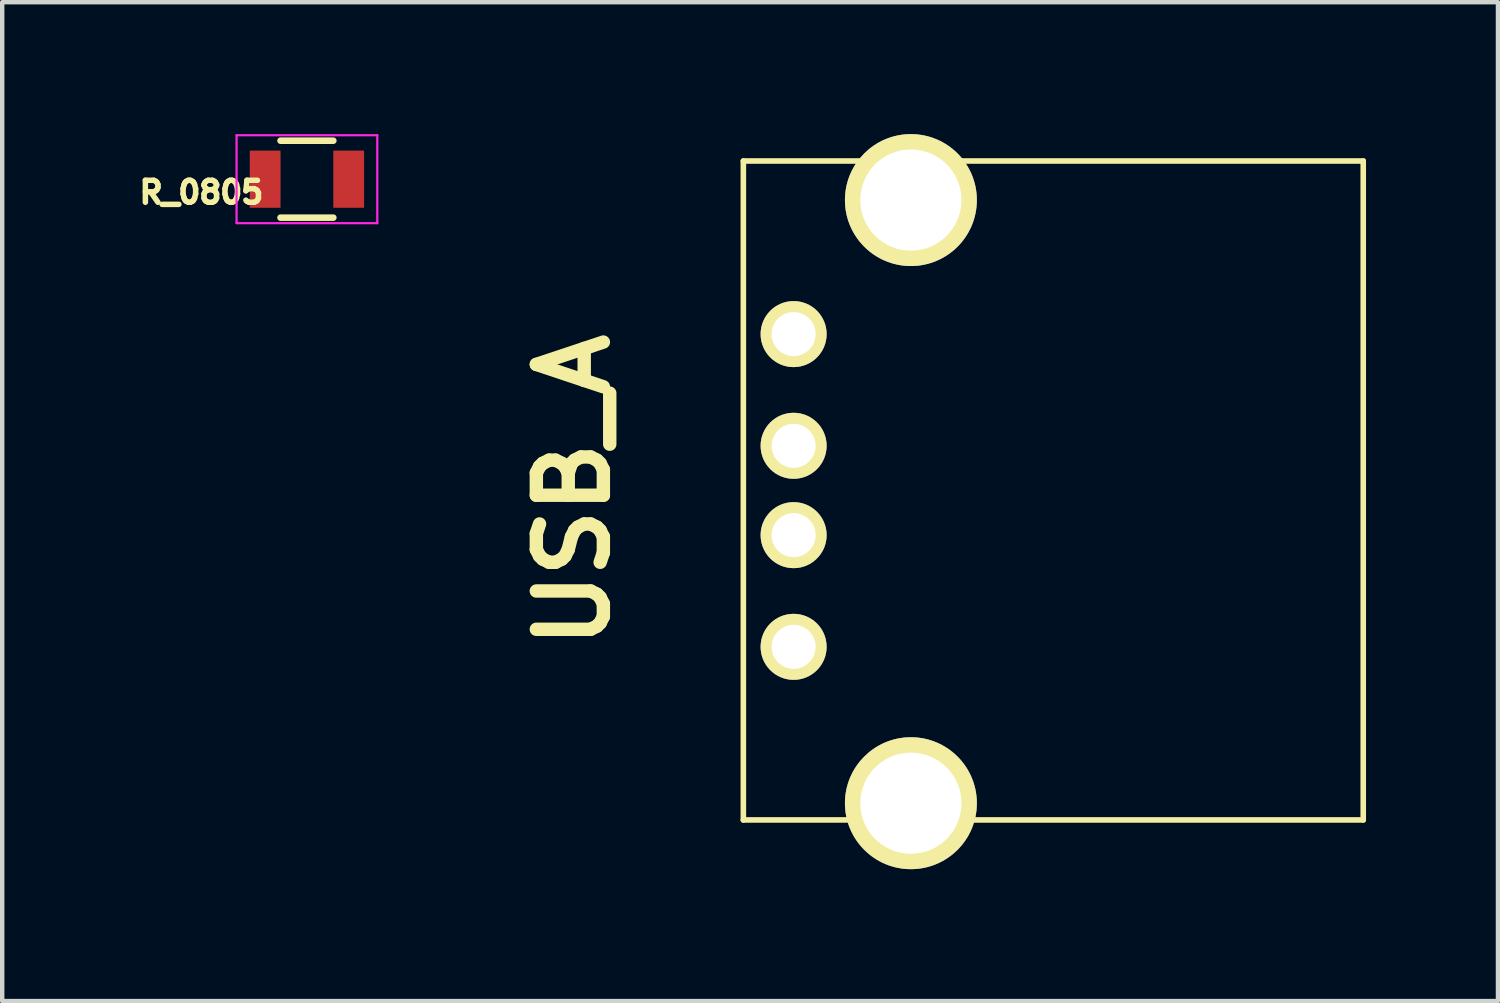
<source format=kicad_pcb>
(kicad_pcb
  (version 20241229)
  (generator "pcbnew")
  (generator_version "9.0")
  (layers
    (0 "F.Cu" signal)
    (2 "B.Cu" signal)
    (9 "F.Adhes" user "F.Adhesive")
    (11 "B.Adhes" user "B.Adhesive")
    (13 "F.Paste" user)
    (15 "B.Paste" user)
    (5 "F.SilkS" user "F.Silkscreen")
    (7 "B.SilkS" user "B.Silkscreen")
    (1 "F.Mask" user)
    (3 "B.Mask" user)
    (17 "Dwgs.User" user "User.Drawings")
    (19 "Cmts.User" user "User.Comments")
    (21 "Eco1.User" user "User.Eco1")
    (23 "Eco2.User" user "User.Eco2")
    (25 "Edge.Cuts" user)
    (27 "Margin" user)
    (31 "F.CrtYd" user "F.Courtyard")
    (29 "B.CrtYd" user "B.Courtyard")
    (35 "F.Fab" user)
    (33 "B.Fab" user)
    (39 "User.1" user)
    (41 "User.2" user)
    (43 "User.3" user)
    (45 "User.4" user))
  (footprint "USB_A"
    (layer "F.Cu")
    (at 14.998 8.104)
    (property "Reference" "USB_A" (at -5.016 0 90) (layer "F.SilkS") (effects (font (size 1.524 1.524) (thickness 0.305))))
    (attr through_hole)
    (fp_line (start -1.143 -7.493) (end -1.143 7.493) (stroke (width 0.127) (type solid)) (layer "F.SilkS"))
    (fp_line (start -1.143 -7.493) (end 12.954 -7.493) (stroke (width 0.127) (type solid)) (layer "F.SilkS"))
    (fp_line (start 12.954 -7.493) (end 12.954 7.493) (stroke (width 0.127) (type solid)) (layer "F.SilkS"))
    (fp_line (start 12.954 7.493) (end -1.143 7.493) (stroke (width 0.127) (type solid)) (layer "F.SilkS"))
    (pad "1" thru_hole circle (at 0 3.556) (size 1.501 1.501) (drill 1.001) (layers "*.Cu" "*.Mask" "F.SilkS"))
    (pad "2" thru_hole circle (at 0 1.016) (size 1.501 1.501) (drill 1.001) (layers "*.Cu" "*.Mask" "F.SilkS"))
    (pad "3" thru_hole circle (at 0 -1.016) (size 1.501 1.501) (drill 1.001) (layers "*.Cu" "*.Mask" "F.SilkS"))
    (pad "4" thru_hole circle (at 0 -3.556) (size 1.501 1.501) (drill 1.001) (layers "*.Cu" "*.Mask" "F.SilkS"))
    (pad "5" thru_hole circle (at 2.667 -6.604) (size 3 3) (drill 2.301) (layers "*.Cu" "*.Mask" "F.SilkS"))
    (pad "6" thru_hole circle (at 2.667 7.112) (size 3 3) (drill 2.301) (layers "*.Cu" "*.Mask" "F.SilkS")))
  (footprint "R_0805"
    (layer "F.Cu")
    (at 3.93 1.025)
    (property "Reference" "R_0805" (at -2.4 0.3 0) (layer "F.SilkS") (effects (font (size 0.5 0.5) (thickness 0.125))))
    (attr smd)
    (fp_line (start -0.6 -0.875) (end 0.6 -0.875) (stroke (width 0.15) (type solid)) (layer "F.SilkS"))
    (fp_line (start 0.6 0.875) (end -0.6 0.875) (stroke (width 0.15) (type solid)) (layer "F.SilkS"))
    (fp_line (start -1.6 -1) (end -1.6 1) (stroke (width 0.05) (type solid)) (layer "F.CrtYd"))
    (fp_line (start -1.6 -1) (end 1.6 -1) (stroke (width 0.05) (type solid)) (layer "F.CrtYd"))
    (fp_line (start -1.6 1) (end 1.6 1) (stroke (width 0.05) (type solid)) (layer "F.CrtYd"))
    (fp_line (start 1.6 -1) (end 1.6 1) (stroke (width 0.05) (type solid)) (layer "F.CrtYd"))
    (pad "1" smd rect (at -0.95 0) (size 0.7 1.3) (layers "F.Cu" "F.Mask" "F.Paste"))
    (pad "2" smd rect (at 0.95 0) (size 0.7 1.3) (layers "F.Cu" "F.Mask" "F.Paste")))
  (gr_rect
    (start -3 -3)
    (end 31.016 19.716)
    (stroke (width 0.1) (type default))
    (fill no)
    (layer "Edge.Cuts")))
</source>
